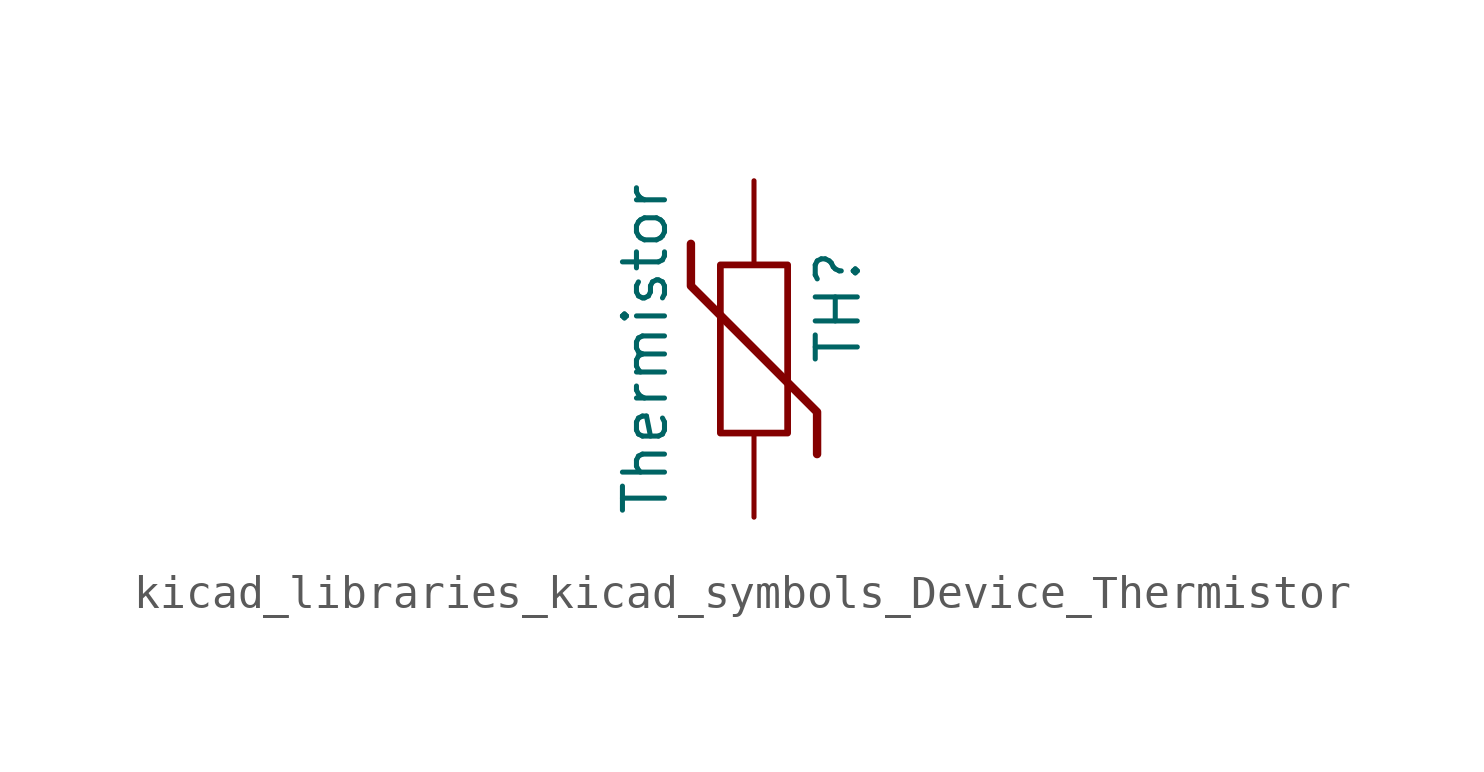
<source format=kicad_sym>
(kicad_symbol_lib
  (version 20220914)
  (generator kicad_symbol_editor)
  (symbol "kicad_libraries_kicad_symbols_Device_Thermistor"
    (pin_numbers hide)
    (pin_names
      (offset 0))
    (property "Reference" "TH"
      (at 2.54 1.27 90)
      (effects (font (size 1.27 1.27))))
    (property "Value" "Thermistor"
      (at -2.54 0 90)
      (effects (font (size 1.27 1.27)) (justify bottom)))
    (symbol "kicad_libraries_kicad_symbols_Device_Thermistor_0_1"
      (rectangle (start -1.016 2.54) (end 1.016 -2.54) (stroke (width 0.203) (type default)) (fill (type none)))
      (polyline (pts (xy -1.905 3.175) (xy -1.905 1.905) (xy 1.905 -1.905) (xy 1.905 -3.175) (xy 1.905 -3.175)) (stroke (width 0.254) (type default)) (fill (type none))))
    (symbol "kicad_libraries_kicad_symbols_Device_Thermistor_1_1"
      (pin passive line (at 0 5.08 270) (length 2.54) (name "~" (effects (font (size 1.27 1.27)))) (number "1" (effects (font (size 1.27 1.27)))))
      (pin passive line (at 0 -5.08 90) (length 2.54) (name "~" (effects (font (size 1.27 1.27)))) (number "2" (effects (font (size 1.27 1.27))))))))
</source>
